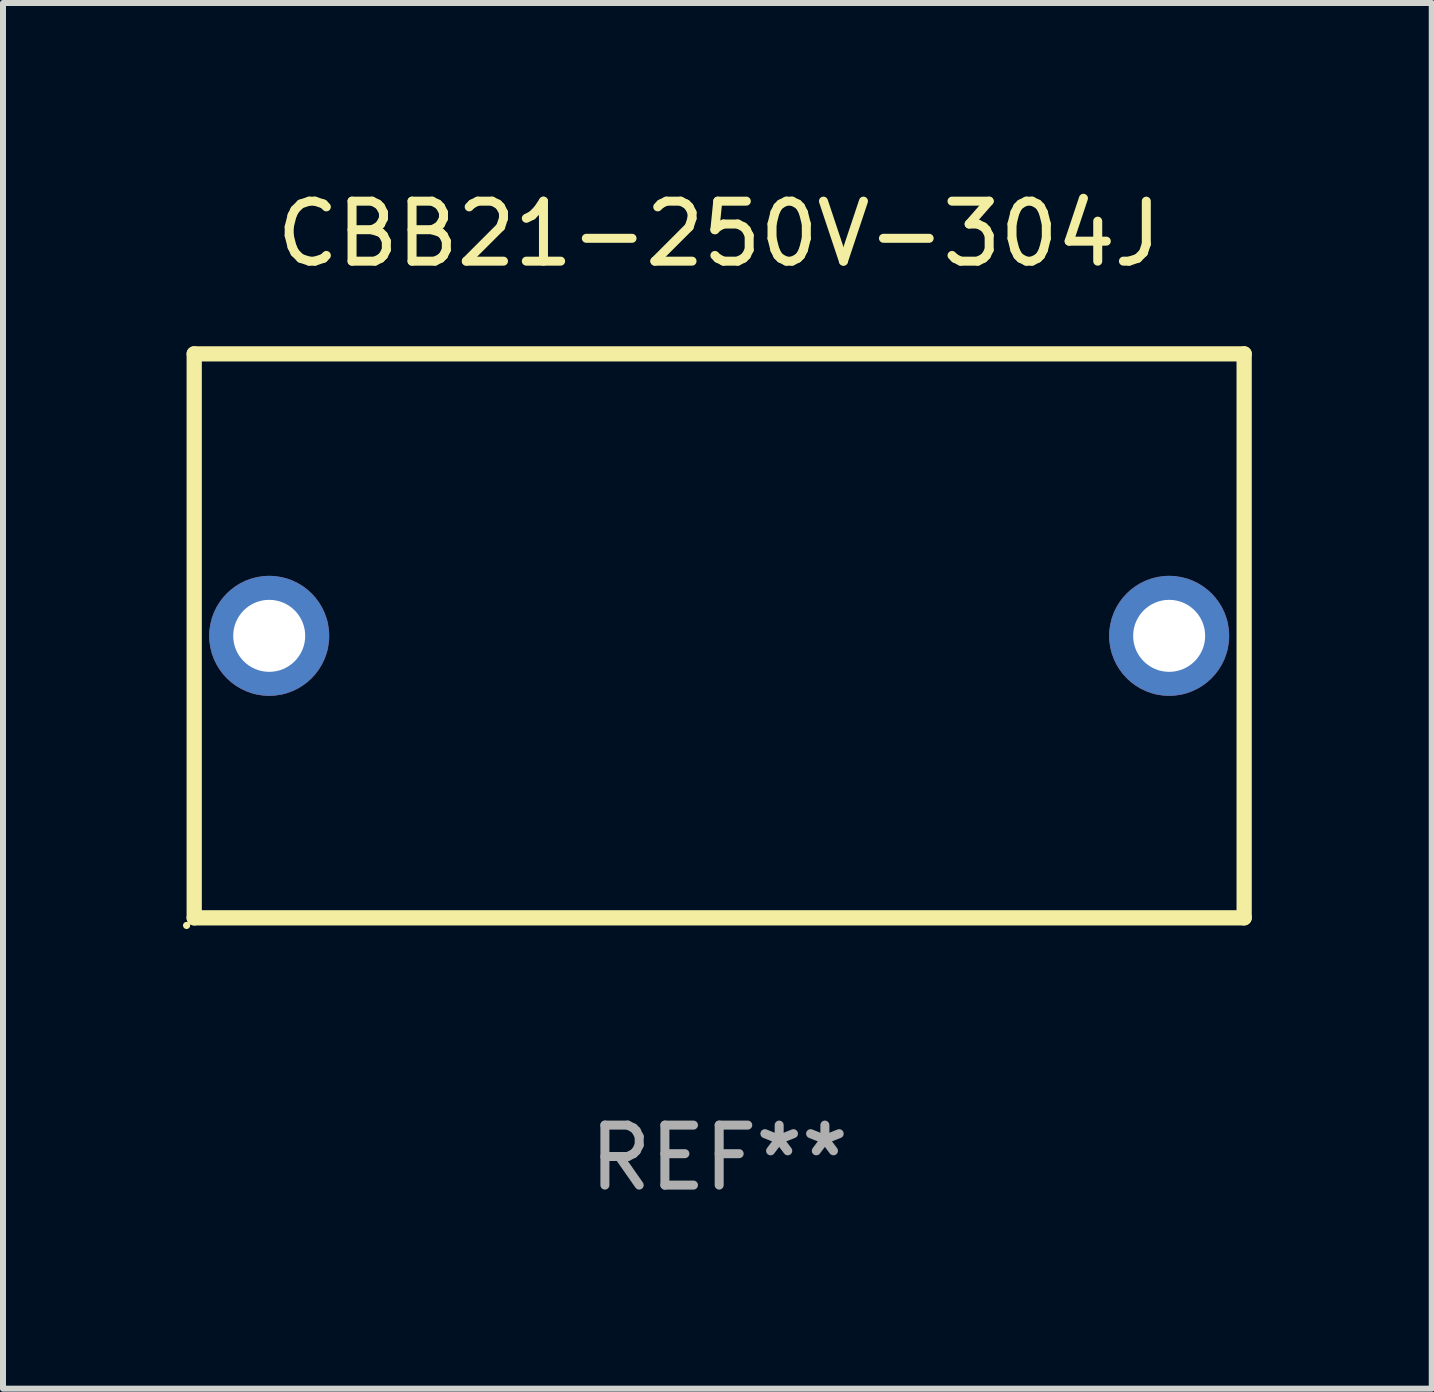
<source format=kicad_pcb>
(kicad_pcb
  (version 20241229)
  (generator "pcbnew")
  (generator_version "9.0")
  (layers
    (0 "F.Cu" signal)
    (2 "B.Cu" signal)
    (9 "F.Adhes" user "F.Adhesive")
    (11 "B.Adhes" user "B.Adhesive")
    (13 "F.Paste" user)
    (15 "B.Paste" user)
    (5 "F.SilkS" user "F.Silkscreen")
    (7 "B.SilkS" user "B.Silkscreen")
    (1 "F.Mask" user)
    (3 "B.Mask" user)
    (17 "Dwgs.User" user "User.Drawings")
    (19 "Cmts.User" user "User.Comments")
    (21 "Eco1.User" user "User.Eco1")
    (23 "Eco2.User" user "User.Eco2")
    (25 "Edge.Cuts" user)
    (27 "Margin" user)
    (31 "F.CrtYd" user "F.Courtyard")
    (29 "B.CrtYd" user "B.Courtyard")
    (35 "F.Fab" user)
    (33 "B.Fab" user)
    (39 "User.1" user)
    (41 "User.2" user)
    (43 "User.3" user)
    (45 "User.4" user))
  (footprint "CBB21-250V-304J"
    (layer "F.Cu")
    (at 8.937 7.548)
    (property "Reference" "CBB21-250V-304J" (at 0 -6.7 0) (layer "F.SilkS") (effects (font (size 1 1) (thickness 0.15))))
    (attr through_hole)
    (fp_line (start -8.75 -4.7) (end 8.75 -4.7) (stroke (width 0.254) (type solid)) (layer "F.SilkS"))
    (fp_line (start -8.75 4.7) (end -8.75 -4.7) (stroke (width 0.254) (type solid)) (layer "F.SilkS"))
    (fp_line (start 8.75 -4.7) (end 8.75 4.7) (stroke (width 0.254) (type solid)) (layer "F.SilkS"))
    (fp_line (start 8.75 4.7) (end -8.75 4.7) (stroke (width 0.254) (type solid)) (layer "F.SilkS"))
    (fp_circle (center -8.877 4.827) (end -8.847 4.827) (stroke (width 0.06) (type solid)) (fill no) (layer "F.SilkS"))
    (fp_text user "REF**" (at 0 8.7 0) (layer "F.Fab") (effects (font (size 1 1) (thickness 0.15))))
    (pad "1" thru_hole circle (at -7.5 0) (size 2 2) (drill 1.2) (layers "*.Cu" "*.Mask"))
    (pad "2" thru_hole circle (at 7.5 0) (size 2 2) (drill 1.2) (layers "*.Cu" "*.Mask")))
  (gr_rect
    (start -3 -3)
    (end 20.814 20.096)
    (stroke (width 0.1) (type default))
    (fill no)
    (layer "Edge.Cuts")))
</source>
